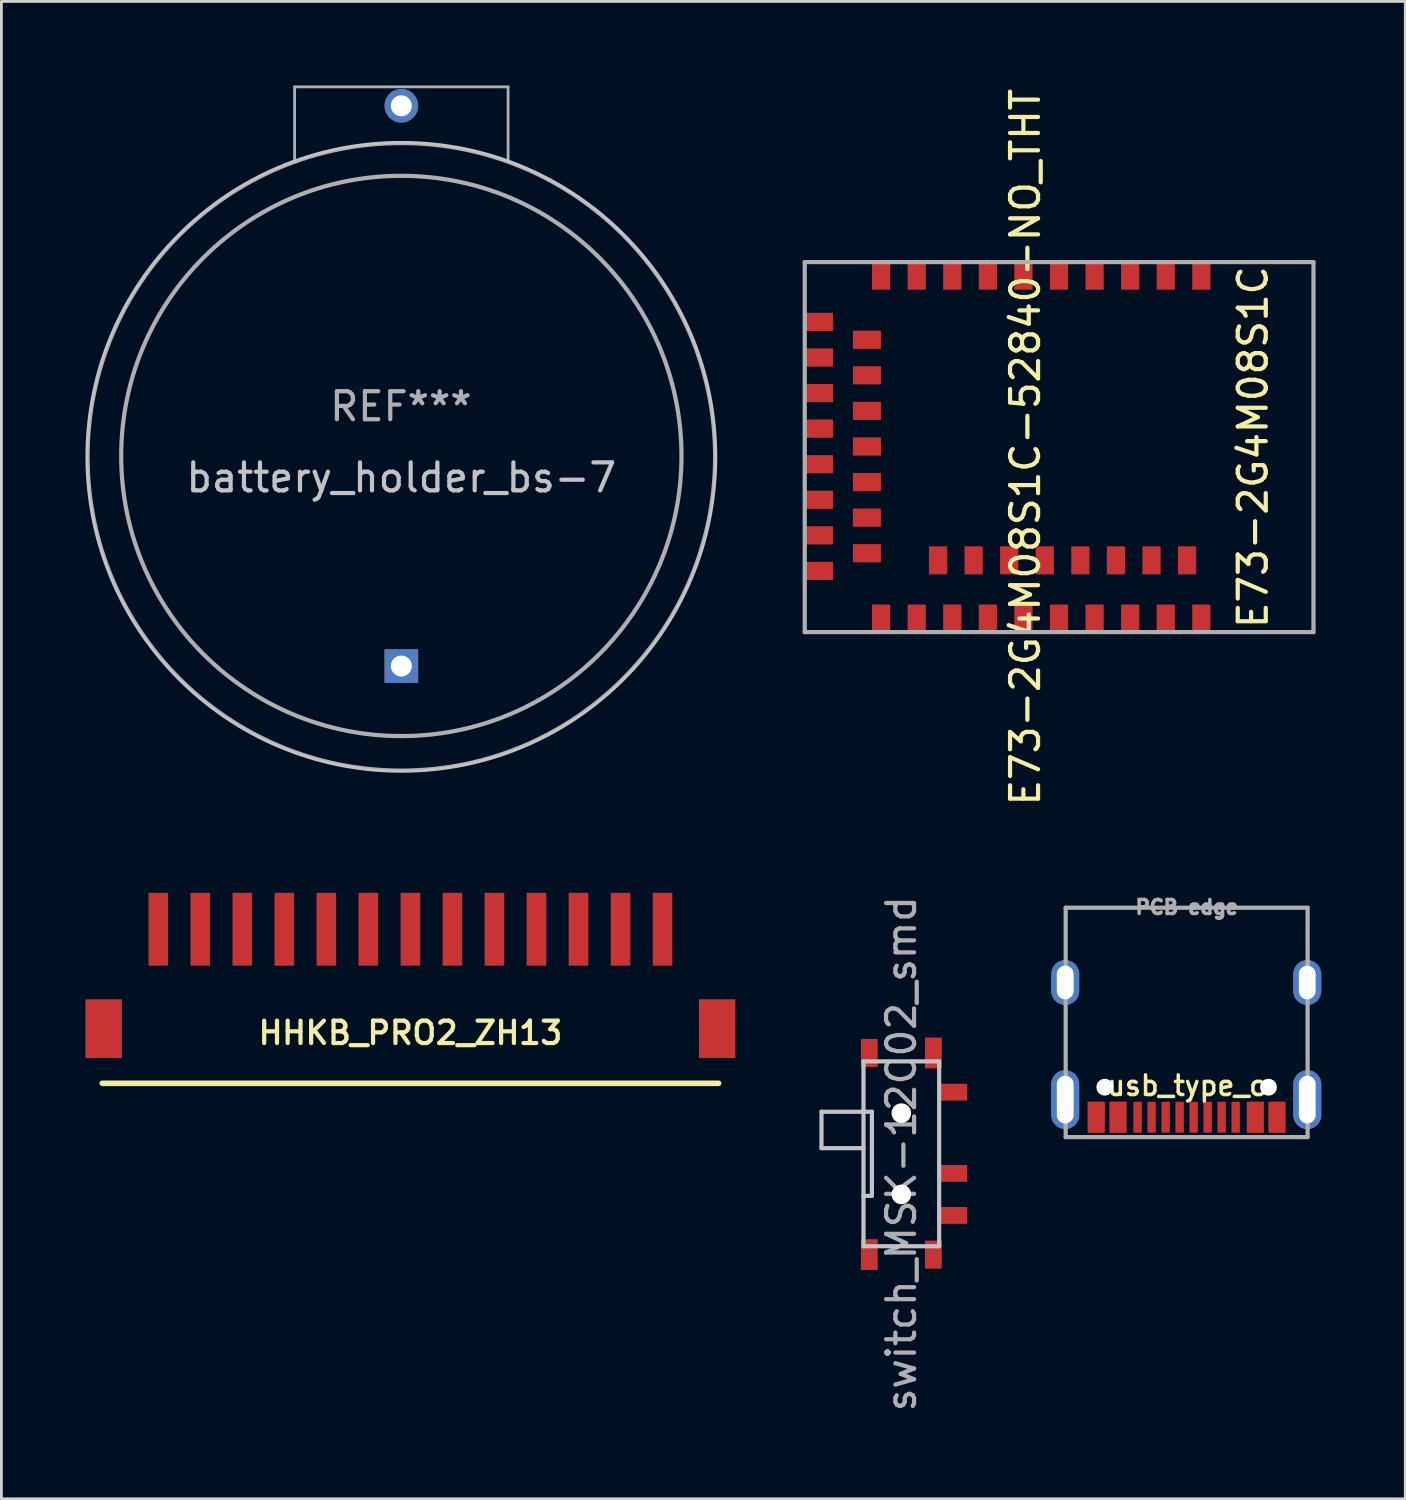
<source format=kicad_pcb>
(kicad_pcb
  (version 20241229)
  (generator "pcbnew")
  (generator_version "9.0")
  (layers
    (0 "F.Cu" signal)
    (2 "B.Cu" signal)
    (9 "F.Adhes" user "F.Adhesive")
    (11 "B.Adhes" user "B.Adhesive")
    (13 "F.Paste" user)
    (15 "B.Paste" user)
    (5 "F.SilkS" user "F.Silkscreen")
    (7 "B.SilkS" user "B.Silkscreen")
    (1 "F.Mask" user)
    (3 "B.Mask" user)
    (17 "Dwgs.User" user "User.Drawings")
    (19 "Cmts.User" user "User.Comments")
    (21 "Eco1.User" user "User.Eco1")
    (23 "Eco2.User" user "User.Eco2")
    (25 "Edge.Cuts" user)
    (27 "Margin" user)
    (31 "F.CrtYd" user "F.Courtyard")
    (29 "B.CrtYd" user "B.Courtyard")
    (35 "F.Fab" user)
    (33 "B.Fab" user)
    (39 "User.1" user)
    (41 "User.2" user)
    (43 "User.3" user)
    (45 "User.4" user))
  (footprint "usb_type_c"
    (layer "F.Cu")
    (at 39.31 29.353)
    (property "Reference" "usb_type_c" (at 0 6.35 180) (layer "F.SilkS") (effects (font (size 0.7 0.7) (thickness 0.125))))
    (attr through_hole)
    (fp_line (start -4.318 0) (end -4.318 8.188) (stroke (width 0.15) (type solid)) (layer "F.Fab"))
    (fp_line (start 4.318 0) (end -4.318 0) (stroke (width 0.15) (type solid)) (layer "F.Fab"))
    (fp_line (start 4.318 0) (end 4.318 8.188) (stroke (width 0.15) (type solid)) (layer "F.Fab"))
    (fp_line (start 4.318 8.188) (end -4.318 8.188) (stroke (width 0.15) (type solid)) (layer "F.Fab"))
    (fp_text user "PCB edge" (at 0.007 -0.02 180) (layer "F.Fab") (effects (font (size 0.5 0.5) (thickness 0.125))))
    (pad "" thru_hole oval (at -4.335 2.67 180) (size 1 1.6) (drill oval 0.6 1.2) (layers "*.Cu" "*.Mask"))
    (pad "" np_thru_hole circle (at -2.921 6.407 180) (size 0.6 0.6) (drill oval 0.6) (layers "*.Cu" "*.Mask"))
    (pad "" np_thru_hole circle (at 2.921 6.407 180) (size 0.6 0.6) (drill oval 0.6) (layers "*.Cu" "*.Mask"))
    (pad "" thru_hole oval (at 4.305 2.67 180) (size 1 1.6) (drill oval 0.6 1.2) (layers "*.Cu" "*.Mask"))
    (pad "" thru_hole oval (at 4.305 6.85 180) (size 1 2.1) (drill oval 0.6 1.7) (layers "*.Cu" "*.Mask"))
    (pad "A1" smd rect (at 3.225 7.478 180) (size 0.6 1.1) (layers "F.Cu" "F.Mask" "F.Paste"))
    (pad "A4" smd rect (at 2.45 7.478 180) (size 0.6 1.1) (layers "F.Cu" "F.Mask" "F.Paste"))
    (pad "A5" smd rect (at 1.75 7.478 180) (size 0.3 1.1) (layers "F.Cu" "F.Mask" "F.Paste"))
    (pad "A6" smd rect (at 0.75 7.478 180) (size 0.3 1.1) (layers "F.Cu" "F.Mask" "F.Paste"))
    (pad "A7" smd rect (at -0.75 7.478 180) (size 0.3 1.1) (layers "F.Cu" "F.Mask" "F.Paste"))
    (pad "A8" smd rect (at -1.75 7.478 180) (size 0.3 1.1) (layers "F.Cu" "F.Mask" "F.Paste"))
    (pad "A9" smd rect (at -2.45 7.478 180) (size 0.6 1.1) (layers "F.Cu" "F.Mask" "F.Paste"))
    (pad "A12" smd rect (at -3.225 7.478 180) (size 0.6 1.1) (layers "F.Cu" "F.Mask" "F.Paste"))
    (pad "B1" smd rect (at -3.234 7.478 180) (size 0.6 1.1) (layers "F.Cu" "F.Mask" "F.Paste"))
    (pad "B4" smd rect (at -2.45 7.478 180) (size 0.6 1.1) (layers "F.Cu" "F.Mask" "F.Paste"))
    (pad "B5" smd rect (at -1.25 7.478 180) (size 0.3 1.1) (layers "F.Cu" "F.Mask" "F.Paste"))
    (pad "B6" smd rect (at -0.25 7.478 180) (size 0.3 1.1) (layers "F.Cu" "F.Mask" "F.Paste"))
    (pad "B7" smd rect (at 0.25 7.478 180) (size 0.3 1.1) (layers "F.Cu" "F.Mask" "F.Paste"))
    (pad "B8" smd rect (at 1.25 7.478 180) (size 0.3 1.1) (layers "F.Cu" "F.Mask" "F.Paste"))
    (pad "B9" smd rect (at 2.45 7.478 180) (size 0.6 1.1) (layers "F.Cu" "F.Mask" "F.Paste"))
    (pad "B12" smd rect (at 3.225 7.478 180) (size 0.6 1.1) (layers "F.Cu" "F.Mask" "F.Paste"))
    (pad "S1" thru_hole oval (at -4.335 6.85 180) (size 1 2.1) (drill oval 0.6 1.7) (layers "*.Cu" "*.Mask")))
  (footprint "E73-2G4M08S1C-52840-NO_THT"
    (layer "F.Cu")
    (at 25.804 12.911)
    (property "Reference" "E73-2G4M08S1C-52840-NO_THT" (at 7.747 -0.000467 270) (layer "F.SilkS") (effects (font (size 1 1) (thickness 0.15))))
    (attr through_hole)
    (fp_line (start -0.127 -6.604) (end -0.127 6.604) (stroke (width 0.15) (type solid)) (layer "F.Fab"))
    (fp_line (start -0.127 6.604) (end 18.034 6.604) (stroke (width 0.15) (type solid)) (layer "F.Fab"))
    (fp_line (start 18.034 -6.604) (end -0.127 -6.604) (stroke (width 0.15) (type solid)) (layer "F.Fab"))
    (fp_line (start 18.034 6.604) (end 18.034 -6.604) (stroke (width 0.15) (type solid)) (layer "F.Fab"))
    (fp_text user "E73-2G4M08S1C" (at 15.875 0 90) (layer "F.SilkS") (effects (font (size 1 1) (thickness 0.15))))
    (pad "1" smd rect (at 14.03 -6.119) (size 0.65 1) (layers "F.Cu" "F.Mask" "F.Paste"))
    (pad "2" smd rect (at 12.76 -6.119) (size 0.65 1) (layers "F.Cu" "F.Mask" "F.Paste"))
    (pad "3" smd rect (at 11.49 -6.119) (size 0.65 1) (layers "F.Cu" "F.Mask" "F.Paste"))
    (pad "4" smd rect (at 10.22 -6.119) (size 0.65 1) (layers "F.Cu" "F.Mask" "F.Paste"))
    (pad "5" smd rect (at 8.95 -6.119) (size 0.65 1) (layers "F.Cu" "F.Mask" "F.Paste"))
    (pad "6" smd rect (at 7.68 -6.119) (size 0.65 1) (layers "F.Cu" "F.Mask" "F.Paste"))
    (pad "7" smd rect (at 6.41 -6.119) (size 0.65 1) (layers "F.Cu" "F.Mask" "F.Paste"))
    (pad "8" smd rect (at 5.14 -6.119) (size 0.65 1) (layers "F.Cu" "F.Mask" "F.Paste"))
    (pad "9" smd rect (at 3.87 -6.119) (size 0.65 1) (layers "F.Cu" "F.Mask" "F.Paste"))
    (pad "10" smd rect (at 2.6 -6.119) (size 0.65 1) (layers "F.Cu" "F.Mask" "F.Paste"))
    (pad "11" smd rect (at 0.381 -4.47 90) (size 0.65 1) (layers "F.Cu" "F.Mask" "F.Paste"))
    (pad "12" smd rect (at 2.092 -3.833 90) (size 0.65 1) (layers "F.Cu" "F.Mask" "F.Paste"))
    (pad "13" smd rect (at 0.381 -3.2 90) (size 0.65 1) (layers "F.Cu" "F.Mask" "F.Paste"))
    (pad "14" smd rect (at 2.092 -2.563 90) (size 0.65 1) (layers "F.Cu" "F.Mask" "F.Paste"))
    (pad "15" smd rect (at 0.381 -1.93 90) (size 0.65 1) (layers "F.Cu" "F.Mask" "F.Paste"))
    (pad "16" smd rect (at 2.092 -1.293 90) (size 0.65 1) (layers "F.Cu" "F.Mask" "F.Paste"))
    (pad "17" smd rect (at 0.381 -0.66 90) (size 0.65 1) (layers "F.Cu" "F.Mask" "F.Paste"))
    (pad "18" smd rect (at 2.092 -0.023 90) (size 0.65 1) (layers "F.Cu" "F.Mask" "F.Paste"))
    (pad "19" smd rect (at 0.381 0.61 90) (size 0.65 1) (layers "F.Cu" "F.Mask" "F.Paste"))
    (pad "20" smd rect (at 2.092 1.247 90) (size 0.65 1) (layers "F.Cu" "F.Mask" "F.Paste"))
    (pad "21" smd rect (at 0.381 1.88 90) (size 0.65 1) (layers "F.Cu" "F.Mask" "F.Paste"))
    (pad "22" smd rect (at 2.092 2.517 90) (size 0.65 1) (layers "F.Cu" "F.Mask" "F.Paste"))
    (pad "23" smd rect (at 0.381 3.15 90) (size 0.65 1) (layers "F.Cu" "F.Mask" "F.Paste"))
    (pad "24" smd rect (at 2.092 3.787 90) (size 0.65 1) (layers "F.Cu" "F.Mask" "F.Paste"))
    (pad "25" smd rect (at 0.381 4.42 90) (size 0.65 1) (layers "F.Cu" "F.Mask" "F.Paste"))
    (pad "26" smd rect (at 2.6 6.119) (size 0.65 1) (layers "F.Cu" "F.Mask" "F.Paste"))
    (pad "27" smd rect (at 3.87 6.119) (size 0.65 1) (layers "F.Cu" "F.Mask" "F.Paste"))
    (pad "28" smd rect (at 4.632 4.041) (size 0.65 1) (layers "F.Cu" "F.Mask" "F.Paste"))
    (pad "29" smd rect (at 5.14 6.119) (size 0.65 1) (layers "F.Cu" "F.Mask" "F.Paste"))
    (pad "30" smd rect (at 5.902 4.041) (size 0.65 1) (layers "F.Cu" "F.Mask" "F.Paste"))
    (pad "31" smd rect (at 6.41 6.119) (size 0.65 1) (layers "F.Cu" "F.Mask" "F.Paste"))
    (pad "32" smd rect (at 7.172 4.041) (size 0.65 1) (layers "F.Cu" "F.Mask" "F.Paste"))
    (pad "33" smd rect (at 7.68 6.119) (size 0.65 1) (layers "F.Cu" "F.Mask" "F.Paste"))
    (pad "34" smd rect (at 8.442 4.041) (size 0.65 1) (layers "F.Cu" "F.Mask" "F.Paste"))
    (pad "35" smd rect (at 8.95 6.119) (size 0.65 1) (layers "F.Cu" "F.Mask" "F.Paste"))
    (pad "36" smd rect (at 9.712 4.041) (size 0.65 1) (layers "F.Cu" "F.Mask" "F.Paste"))
    (pad "37" smd rect (at 10.22 6.119) (size 0.65 1) (layers "F.Cu" "F.Mask" "F.Paste"))
    (pad "38" smd rect (at 10.982 4.041) (size 0.65 1) (layers "F.Cu" "F.Mask" "F.Paste"))
    (pad "39" smd rect (at 11.49 6.119) (size 0.65 1) (layers "F.Cu" "F.Mask" "F.Paste"))
    (pad "40" smd rect (at 12.252 4.041) (size 0.65 1) (layers "F.Cu" "F.Mask" "F.Paste"))
    (pad "41" smd rect (at 12.76 6.119) (size 0.65 1) (layers "F.Cu" "F.Mask" "F.Paste"))
    (pad "42" smd rect (at 13.522 4.041) (size 0.65 1) (layers "F.Cu" "F.Mask" "F.Paste"))
    (pad "43" smd rect (at 14.03 6.119) (size 0.65 1) (layers "F.Cu" "F.Mask" "F.Paste")))
  (footprint "switch_MSK-12C02_smd"
    (layer "F.Cu")
    (at 27.775 38.137)
    (property "Reference" "switch_MSK-12C02_smd" (at 1.35 0 90) (layer "F.Fab") (effects (font (size 1 1) (thickness 0.15))))
    (attr smd)
    (fp_line (start -1.5 -1.5) (end 0 -1.5) (stroke (width 0.15) (type solid)) (layer "Dwgs.User"))
    (fp_line (start -1.5 -0.2) (end -1.5 -1.5) (stroke (width 0.15) (type solid)) (layer "Dwgs.User"))
    (fp_line (start 0 -3.3) (end 0 3.3) (stroke (width 0.15) (type solid)) (layer "Dwgs.User"))
    (fp_line (start 0 -3.3) (end 2.7 -3.3) (stroke (width 0.15) (type solid)) (layer "Dwgs.User"))
    (fp_line (start 0 -0.2) (end -1.5 -0.2) (stroke (width 0.15) (type solid)) (layer "Dwgs.User"))
    (fp_line (start 0 3.3) (end 2.7 3.3) (stroke (width 0.15) (type solid)) (layer "Dwgs.User"))
    (fp_line (start 0.3 -1.5) (end 0 -1.5) (stroke (width 0.15) (type solid)) (layer "Dwgs.User"))
    (fp_line (start 0.3 1.5) (end 0 1.5) (stroke (width 0.15) (type solid)) (layer "Dwgs.User"))
    (fp_line (start 0.3 1.5) (end 0.3 -1.5) (stroke (width 0.15) (type solid)) (layer "Dwgs.User"))
    (fp_line (start 2.7 -3.3) (end 2.7 3.3) (stroke (width 0.15) (type solid)) (layer "Dwgs.User"))
    (pad "" smd rect (at 0.207 -3.6 90) (size 1 0.6) (layers "F.Cu" "F.Mask" "F.Paste"))
    (pad "" smd rect (at 0.207 3.6 90) (size 1.1 0.6) (layers "F.Cu" "F.Mask" "F.Paste"))
    (pad "" np_thru_hole circle (at 1.35 -1.45 180) (size 0.7 0.7) (drill 0.7) (layers "*.Cu" "*.Mask"))
    (pad "" np_thru_hole circle (at 1.35 1.45 180) (size 0.7 0.7) (drill 0.7) (layers "*.Cu" "*.Mask"))
    (pad "" smd rect (at 2.493 -3.6 90) (size 1.1 0.6) (layers "F.Cu" "F.Mask" "F.Paste"))
    (pad "" smd rect (at 2.493 3.6 90) (size 1 0.6) (layers "F.Cu" "F.Mask" "F.Paste"))
    (pad "1" smd rect (at 3.2 -2.2 180) (size 1 0.6) (layers "F.Cu" "F.Mask" "F.Paste"))
    (pad "2" smd rect (at 3.2 0.7 180) (size 1 0.6) (layers "F.Cu" "F.Mask" "F.Paste"))
    (pad "3" smd rect (at 3.2 2.2 180) (size 1 0.6) (layers "F.Cu" "F.Mask" "F.Paste")))
  (footprint "battery_holder_bs-7"
    (layer "F.Cu")
    (at 11.262 13.365)
    (property "Reference" "battery_holder_bs-7" (at 0.015 0.635 180) (layer "Dwgs.User") (effects (font (size 1 1) (thickness 0.15))))
    (attr through_hole)
    (fp_circle (center 0.015 -0.107) (end 0.015 -11.334) (stroke (width 0.1) (type solid)) (fill no) (layer "Dwgs.User"))
    (fp_line (start -3.795 -13.315) (end 3.825 -13.315) (stroke (width 0.1) (type solid)) (layer "F.Fab"))
    (fp_line (start -3.795 -10.622) (end -3.795 -13.315) (stroke (width 0.1) (type solid)) (layer "F.Fab"))
    (fp_line (start 3.825 -10.622) (end 3.825 -13.315) (stroke (width 0.1) (type solid)) (layer "F.Fab"))
    (fp_circle (center 0.015 -0.139) (end 0.015 -10.139) (stroke (width 0.15) (type solid)) (fill no) (layer "F.Fab"))
    (fp_circle (center 0.015 -0.107) (end 0.015 11.069) (stroke (width 0.1) (type solid)) (fill no) (layer "F.Fab"))
    (fp_text user "REF***" (at 0 -1.905 180) (layer "F.Fab") (effects (font (size 1 1) (thickness 0.15))))
    (pad "1" thru_hole circle (at 0.015 -12.639 90) (size 1.2 1.2) (drill 0.75) (layers "*.Cu" "*.Mask"))
    (pad "2" thru_hole rect (at 0.015 7.361 90) (size 1.2 1.2) (drill 0.75) (layers "*.Cu" "*.Mask")))
  (footprint "HHKB_PRO2_ZH13"
    (layer "F.Cu")
    (at 2.6 30.121)
    (property "Reference" "HHKB_PRO2_ZH13" (at 9 3.7 0) (layer "F.SilkS") (effects (font (size 0.8 0.8) (thickness 0.15))))
    (attr through_hole)
    (fp_line (start -2 5.5) (end 20 5.5) (stroke (width 0.2) (type solid)) (layer "F.SilkS"))
    (pad "1" smd rect (at 0 0 180) (size 0.7 2.6) (layers "F.Cu" "F.Mask" "F.Paste"))
    (pad "2" smd rect (at 1.5 0 180) (size 0.7 2.6) (layers "F.Cu" "F.Mask" "F.Paste"))
    (pad "3" smd rect (at 3 0 180) (size 0.7 2.6) (layers "F.Cu" "F.Mask" "F.Paste"))
    (pad "4" smd rect (at 4.5 0 180) (size 0.7 2.6) (layers "F.Cu" "F.Mask" "F.Paste"))
    (pad "5" smd rect (at 6 0 180) (size 0.7 2.6) (layers "F.Cu" "F.Mask" "F.Paste"))
    (pad "6" smd rect (at 7.5 0 180) (size 0.7 2.6) (layers "F.Cu" "F.Mask" "F.Paste"))
    (pad "7" smd rect (at 9 0 180) (size 0.7 2.6) (layers "F.Cu" "F.Mask" "F.Paste"))
    (pad "8" smd rect (at 10.5 0 180) (size 0.7 2.6) (layers "F.Cu" "F.Mask" "F.Paste"))
    (pad "9" smd rect (at 12 0 180) (size 0.7 2.6) (layers "F.Cu" "F.Mask" "F.Paste"))
    (pad "10" smd rect (at 13.5 0 180) (size 0.7 2.6) (layers "F.Cu" "F.Mask" "F.Paste"))
    (pad "11" smd rect (at 15 0 180) (size 0.7 2.6) (layers "F.Cu" "F.Mask" "F.Paste"))
    (pad "12" smd rect (at 16.5 0 180) (size 0.7 2.6) (layers "F.Cu" "F.Mask" "F.Paste"))
    (pad "13" smd rect (at 18 0 180) (size 0.7 2.6) (layers "F.Cu" "F.Mask" "F.Paste"))
    (pad "14" smd rect (at 19.95 3.55 180) (size 1.3 2.1) (layers "F.Cu" "F.Mask" "F.Paste"))
    (pad "15" smd rect (at -1.95 3.55 180) (size 1.3 2.1) (layers "F.Cu" "F.Mask" "F.Paste")))
  (gr_rect
    (start -3 -3)
    (end 47.115 50.452)
    (stroke (width 0.1) (type default))
    (fill no)
    (layer "Edge.Cuts")))
</source>
